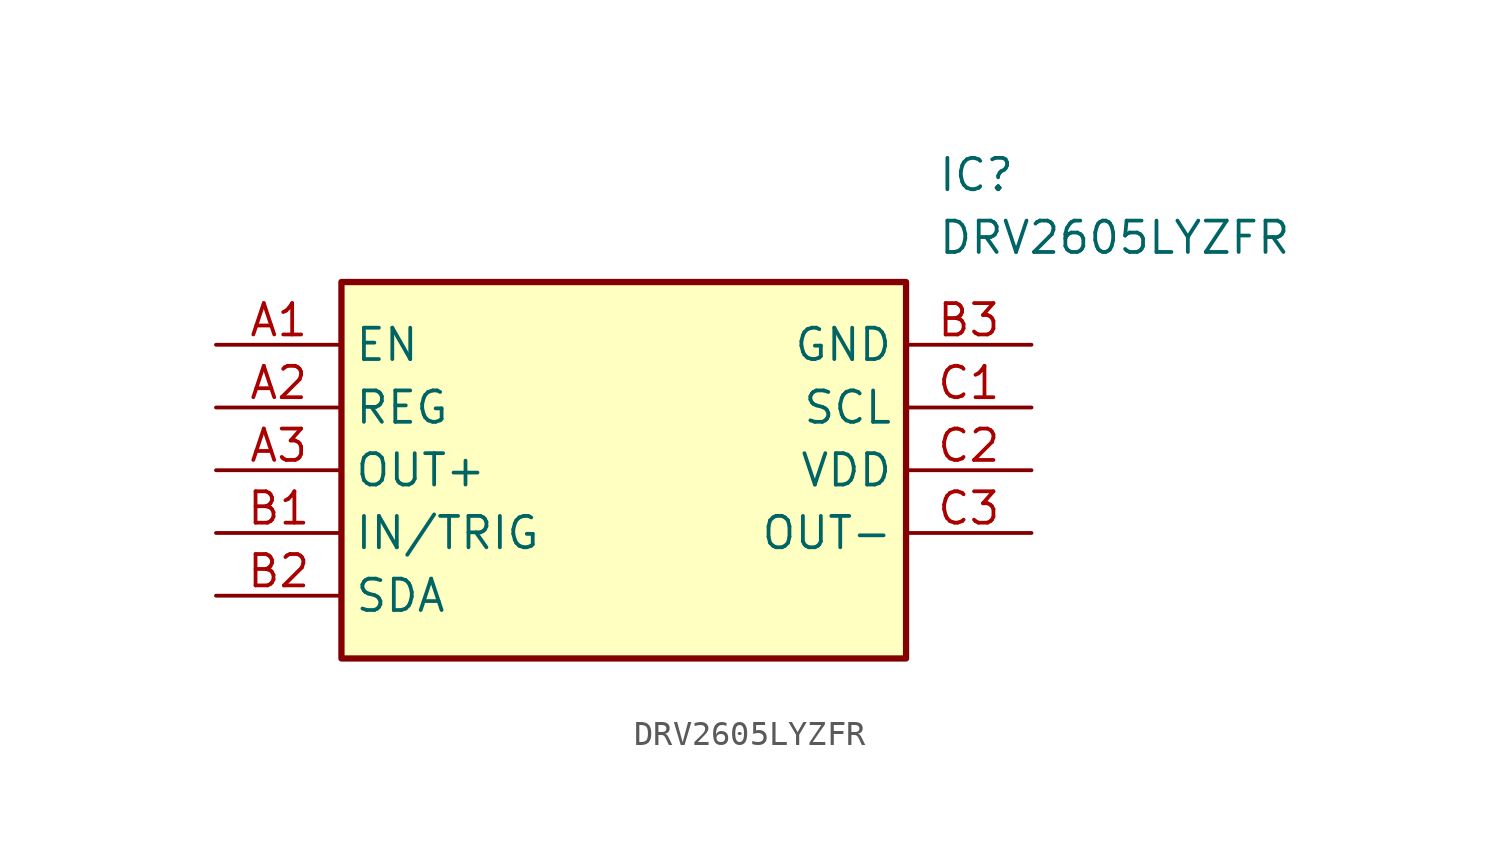
<source format=kicad_sym>
(kicad_symbol_lib
  (version 20211014)
  (generator SamacSys_ECAD_Model)
  (symbol "DRV2605LYZFR"
    (property "Reference" "IC"
      (at 29.21 7.62 0)
      (effects (font (size 1.27 1.27)) (justify left top)))
    (property "Value" "DRV2605LYZFR"
      (at 29.21 5.08 0)
      (effects (font (size 1.27 1.27)) (justify left top)))
    (rectangle
      (start 5.08 2.54)
      (end 27.94 -12.7)
      (stroke (width 0.254) (type default))
      (fill (type background)))
    (pin passive line
      (at 0 0 0)
      (length 5.08)
      (name "EN" (effects (font (size 1.27 1.27))))
      (number "A1" (effects (font (size 1.27 1.27)))))
    (pin passive line
      (at 0 -2.54 0)
      (length 5.08)
      (name "REG" (effects (font (size 1.27 1.27))))
      (number "A2" (effects (font (size 1.27 1.27)))))
    (pin passive line
      (at 0 -5.08 0)
      (length 5.08)
      (name "OUT+" (effects (font (size 1.27 1.27))))
      (number "A3" (effects (font (size 1.27 1.27)))))
    (pin passive line
      (at 0 -7.62 0)
      (length 5.08)
      (name "IN/TRIG" (effects (font (size 1.27 1.27))))
      (number "B1" (effects (font (size 1.27 1.27)))))
    (pin passive line
      (at 0 -10.16 0)
      (length 5.08)
      (name "SDA" (effects (font (size 1.27 1.27))))
      (number "B2" (effects (font (size 1.27 1.27)))))
    (pin passive line
      (at 33.02 0 180)
      (length 5.08)
      (name "GND" (effects (font (size 1.27 1.27))))
      (number "B3" (effects (font (size 1.27 1.27)))))
    (pin passive line
      (at 33.02 -2.54 180)
      (length 5.08)
      (name "SCL" (effects (font (size 1.27 1.27))))
      (number "C1" (effects (font (size 1.27 1.27)))))
    (pin passive line
      (at 33.02 -5.08 180)
      (length 5.08)
      (name "VDD" (effects (font (size 1.27 1.27))))
      (number "C2" (effects (font (size 1.27 1.27)))))
    (pin passive line
      (at 33.02 -7.62 180)
      (length 5.08)
      (name "OUT-" (effects (font (size 1.27 1.27))))
      (number "C3" (effects (font (size 1.27 1.27)))))))
</source>
